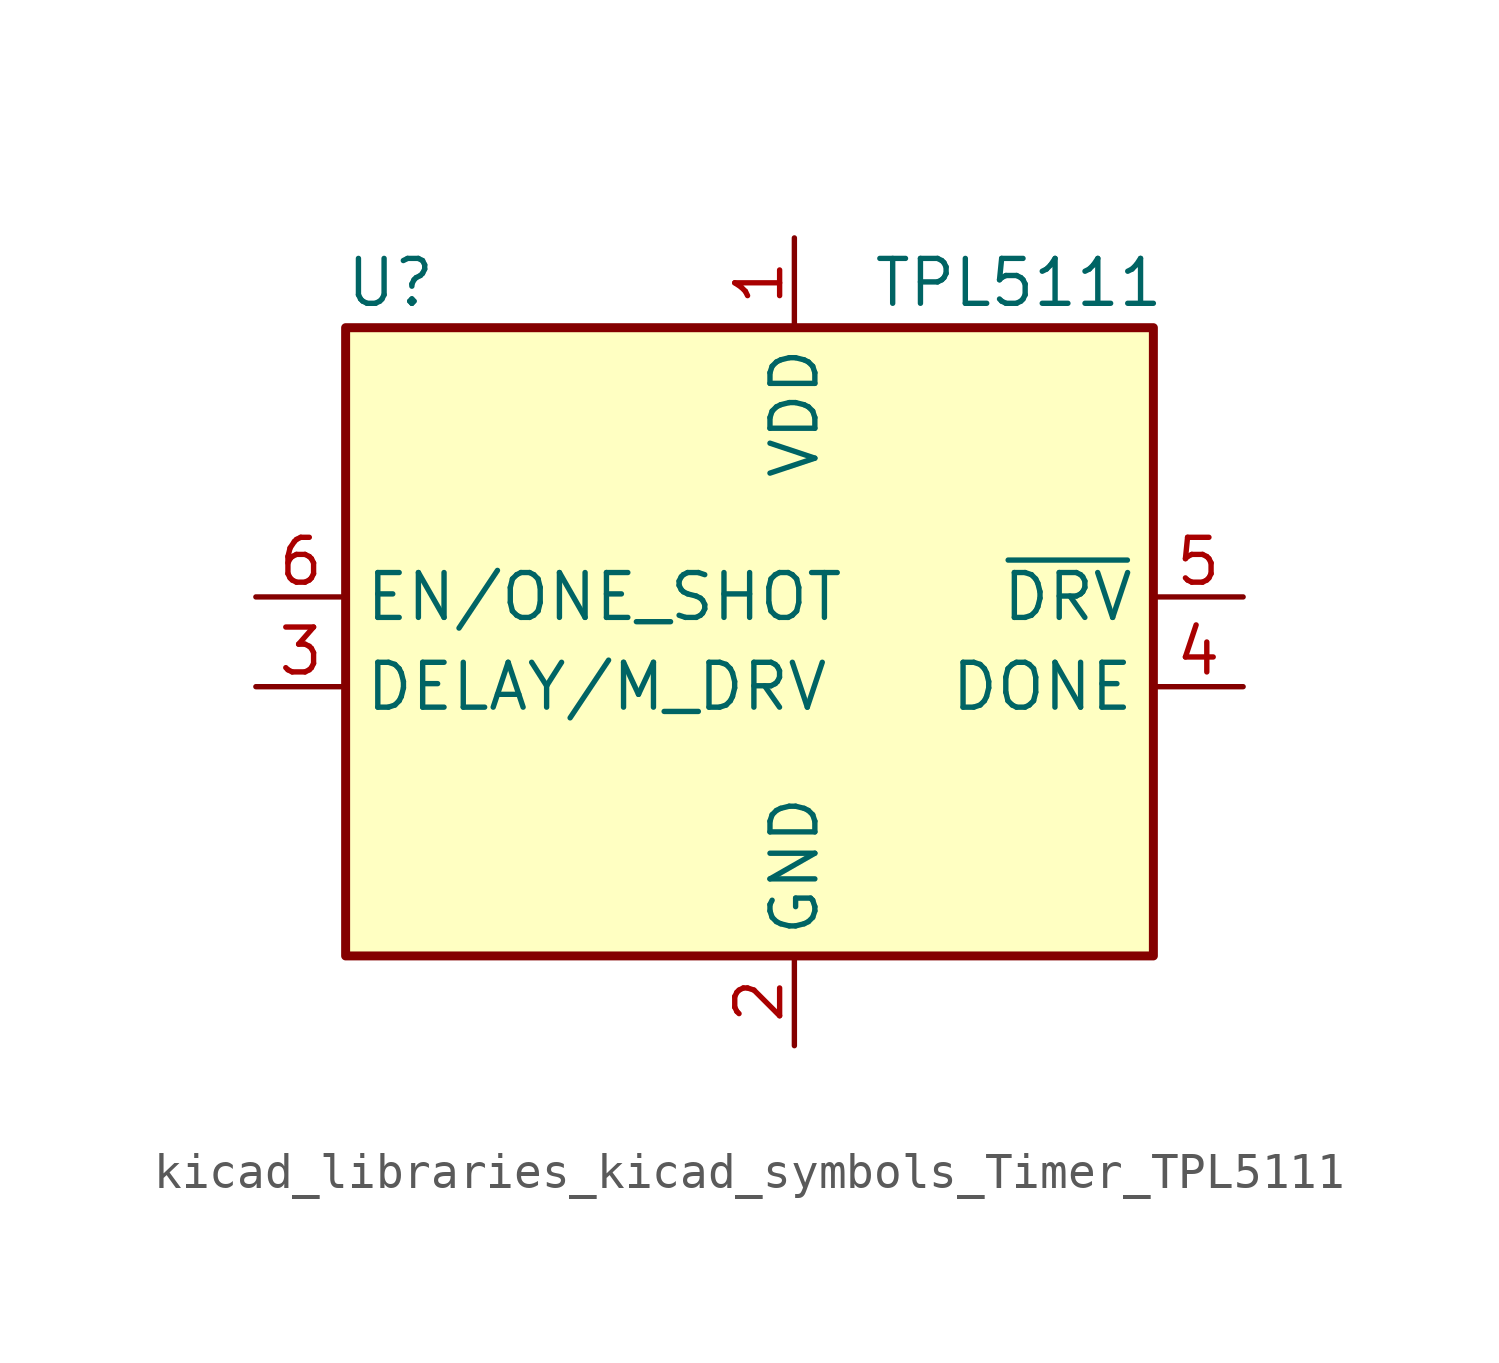
<source format=kicad_sym>
(kicad_symbol_lib
  (version 20220914)
  (generator kicad_symbol_editor)
  (symbol "kicad_libraries_kicad_symbols_Timer_TPL5111"
    (property "Reference" "U"
      (at -11.43 11.43 0)
      (effects (font (size 1.27 1.27))))
    (property "Value" "TPL5111"
      (at 6.35 11.43 0)
      (effects (font (size 1.27 1.27))))
    (symbol "kicad_libraries_kicad_symbols_Timer_TPL5111_0_1"
      (rectangle (start -12.7 10.16) (end 10.16 -7.62) (stroke (width 0.254) (type default)) (fill (type background))))
    (symbol "kicad_libraries_kicad_symbols_Timer_TPL5111_1_1"
      (pin power_in line (at 0 12.7 270) (length 2.54) (name "VDD" (effects (font (size 1.27 1.27)))) (number "1" (effects (font (size 1.27 1.27)))))
      (pin power_in line (at 0 -10.16 90) (length 2.54) (name "GND" (effects (font (size 1.27 1.27)))) (number "2" (effects (font (size 1.27 1.27)))))
      (pin input line (at -15.24 0 0) (length 2.54) (name "DELAY/M_DRV" (effects (font (size 1.27 1.27)))) (number "3" (effects (font (size 1.27 1.27)))))
      (pin input line (at 12.7 0 180) (length 2.54) (name "DONE" (effects (font (size 1.27 1.27)))) (number "4" (effects (font (size 1.27 1.27)))))
      (pin output line (at 12.7 2.54 180) (length 2.54) (name "~{DRV}" (effects (font (size 1.27 1.27)))) (number "5" (effects (font (size 1.27 1.27)))))
      (pin input line (at -15.24 2.54 0) (length 2.54) (name "EN/ONE_SHOT" (effects (font (size 1.27 1.27)))) (number "6" (effects (font (size 1.27 1.27))))))))
</source>
